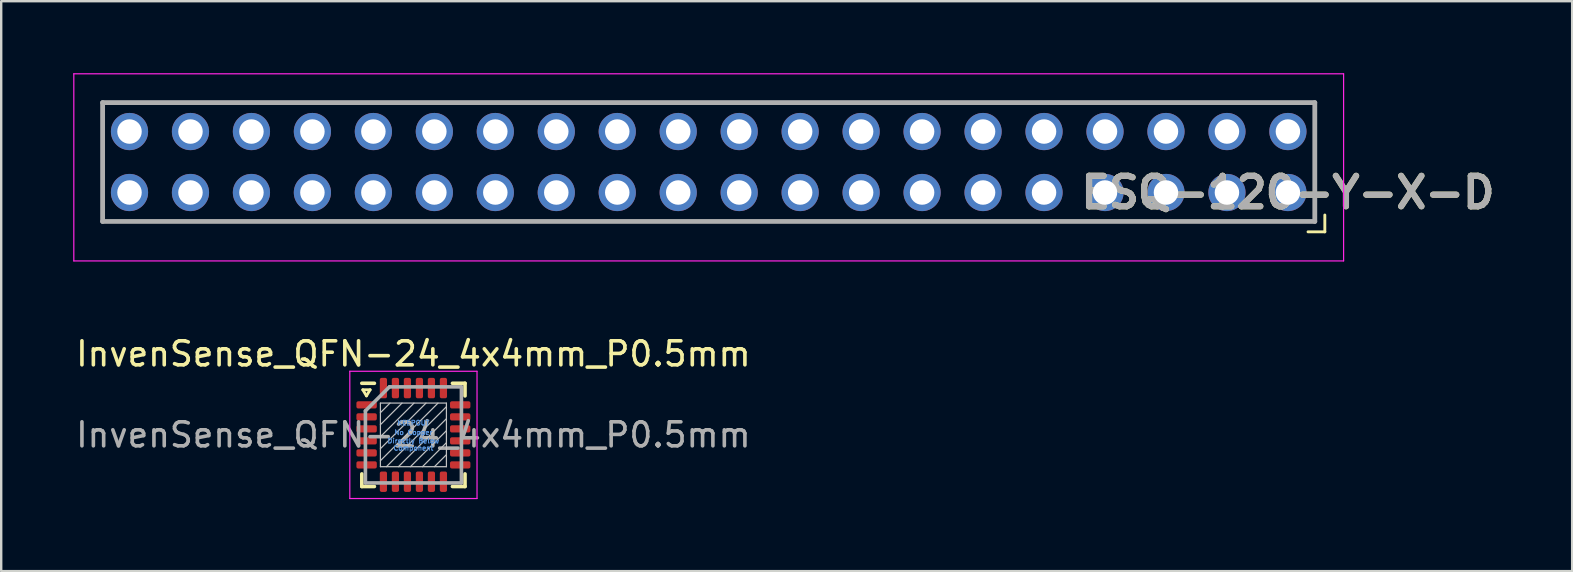
<source format=kicad_pcb>
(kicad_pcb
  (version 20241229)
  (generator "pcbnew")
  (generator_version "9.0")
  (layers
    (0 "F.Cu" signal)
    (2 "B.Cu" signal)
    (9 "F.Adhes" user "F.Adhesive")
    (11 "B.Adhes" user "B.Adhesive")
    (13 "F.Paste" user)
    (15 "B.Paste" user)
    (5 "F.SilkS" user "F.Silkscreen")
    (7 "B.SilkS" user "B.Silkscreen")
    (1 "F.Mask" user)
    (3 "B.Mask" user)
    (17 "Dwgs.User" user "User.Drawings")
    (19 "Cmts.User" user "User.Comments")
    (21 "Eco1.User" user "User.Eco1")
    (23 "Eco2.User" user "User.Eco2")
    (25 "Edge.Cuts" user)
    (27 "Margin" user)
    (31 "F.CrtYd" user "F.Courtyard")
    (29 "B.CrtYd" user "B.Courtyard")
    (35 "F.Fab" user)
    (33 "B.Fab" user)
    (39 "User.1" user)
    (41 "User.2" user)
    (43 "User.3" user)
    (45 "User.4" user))
  (footprint "InvenSense_QFN-24_4x4mm_P0.5mm"
    (layer "F.Cu")
    (at 14.173 15.068)
    (property "Reference" "InvenSense_QFN-24_4x4mm_P0.5mm" (at 0 -3.375 0) (layer "F.SilkS") (effects (font (size 1 1) (thickness 0.15))))
    (attr smd)
    (fp_line (start -2.15 -2.15) (end -1.625 -2.15) (stroke (width 0.15) (type solid)) (layer "F.SilkS"))
    (fp_line (start -2.15 2.15) (end -2.15 1.625) (stroke (width 0.15) (type solid)) (layer "F.SilkS"))
    (fp_line (start -2.15 2.15) (end -1.625 2.15) (stroke (width 0.15) (type solid)) (layer "F.SilkS"))
    (fp_line (start -2.108 -1.88) (end -1.956 -1.626) (stroke (width 0.12) (type solid)) (layer "F.SilkS"))
    (fp_line (start -1.956 -1.626) (end -1.803 -1.88) (stroke (width 0.12) (type solid)) (layer "F.SilkS"))
    (fp_line (start -1.803 -1.88) (end -2.108 -1.88) (stroke (width 0.12) (type solid)) (layer "F.SilkS"))
    (fp_line (start 2.15 -2.15) (end 1.625 -2.15) (stroke (width 0.15) (type solid)) (layer "F.SilkS"))
    (fp_line (start 2.15 -2.15) (end 2.15 -1.625) (stroke (width 0.15) (type solid)) (layer "F.SilkS"))
    (fp_line (start 2.15 2.15) (end 1.625 2.15) (stroke (width 0.15) (type solid)) (layer "F.SilkS"))
    (fp_line (start 2.15 2.15) (end 2.15 1.625) (stroke (width 0.15) (type solid)) (layer "F.SilkS"))
    (fp_line (start -1.375 1.325) (end -1.375 -1.325) (stroke (width 0.05) (type solid)) (layer "Dwgs.User"))
    (fp_line (start -0.975 -1.325) (end -1.375 -0.925) (stroke (width 0.05) (type solid)) (layer "Dwgs.User"))
    (fp_line (start -0.475 -1.325) (end -1.375 -0.425) (stroke (width 0.05) (type solid)) (layer "Dwgs.User"))
    (fp_line (start 0.025 -1.325) (end -1.375 0.075) (stroke (width 0.05) (type solid)) (layer "Dwgs.User"))
    (fp_line (start 0.525 -1.325) (end -1.375 0.575) (stroke (width 0.05) (type solid)) (layer "Dwgs.User"))
    (fp_line (start 1.025 -1.325) (end -1.375 1.075) (stroke (width 0.05) (type solid)) (layer "Dwgs.User"))
    (fp_line (start 1.375 -1.325) (end -1.375 -1.325) (stroke (width 0.05) (type solid)) (layer "Dwgs.User"))
    (fp_line (start 1.375 -1.175) (end -1.125 1.325) (stroke (width 0.05) (type solid)) (layer "Dwgs.User"))
    (fp_line (start 1.375 -0.675) (end -0.625 1.325) (stroke (width 0.05) (type solid)) (layer "Dwgs.User"))
    (fp_line (start 1.375 -0.175) (end -0.125 1.325) (stroke (width 0.05) (type solid)) (layer "Dwgs.User"))
    (fp_line (start 1.375 0.325) (end 0.375 1.325) (stroke (width 0.05) (type solid)) (layer "Dwgs.User"))
    (fp_line (start 1.375 0.825) (end 0.875 1.325) (stroke (width 0.05) (type solid)) (layer "Dwgs.User"))
    (fp_line (start 1.375 1.325) (end -1.375 1.325) (stroke (width 0.05) (type solid)) (layer "Dwgs.User"))
    (fp_line (start 1.375 1.325) (end 1.375 -1.325) (stroke (width 0.05) (type solid)) (layer "Dwgs.User"))
    (fp_line (start -2.65 -2.65) (end -2.65 2.65) (stroke (width 0.05) (type solid)) (layer "F.CrtYd"))
    (fp_line (start -2.65 -2.65) (end 2.65 -2.65) (stroke (width 0.05) (type solid)) (layer "F.CrtYd"))
    (fp_line (start -2.65 2.65) (end 2.65 2.65) (stroke (width 0.05) (type solid)) (layer "F.CrtYd"))
    (fp_line (start 2.65 -2.65) (end 2.65 2.65) (stroke (width 0.05) (type solid)) (layer "F.CrtYd"))
    (fp_line (start -2 -1) (end -1 -2) (stroke (width 0.15) (type solid)) (layer "F.Fab"))
    (fp_line (start -2 2) (end -2 -1) (stroke (width 0.15) (type solid)) (layer "F.Fab"))
    (fp_line (start -1 -2) (end 2 -2) (stroke (width 0.15) (type solid)) (layer "F.Fab"))
    (fp_line (start 2 -2) (end 2 2) (stroke (width 0.15) (type solid)) (layer "F.Fab"))
    (fp_line (start 2 2) (end -2 2) (stroke (width 0.15) (type solid)) (layer "F.Fab"))
    (fp_text user "KEEPOUT" (at 0 -0.5 0) (layer "Cmts.User") (effects (font (size 0.2 0.2) (thickness 0.04))))
    (fp_text user "No Copper" (at 0 -0.1 0) (layer "Cmts.User") (effects (font (size 0.2 0.2) (thickness 0.04))))
    (fp_text user "Component" (at 0 0.55 0) (layer "Cmts.User") (effects (font (size 0.2 0.2) (thickness 0.04))))
    (fp_text user "Directly Below" (at 0 0.25 0) (layer "Cmts.User") (effects (font (size 0.2 0.2) (thickness 0.04))))
    (fp_text user "${REFERENCE}" (at 0 0 0) (layer "F.Fab") (effects (font (size 1 1) (thickness 0.15))))
    (pad "1" smd roundrect (at -1.95 -1.25) (size 0.85 0.3) (layers "F.Cu" "F.Mask" "F.Paste") (roundrect_rratio 0.25))
    (pad "2" smd roundrect (at -1.95 -0.75) (size 0.85 0.3) (layers "F.Cu" "F.Mask" "F.Paste") (roundrect_rratio 0.25))
    (pad "3" smd roundrect (at -1.95 -0.25) (size 0.85 0.3) (layers "F.Cu" "F.Mask" "F.Paste") (roundrect_rratio 0.25))
    (pad "4" smd roundrect (at -1.95 0.25) (size 0.85 0.3) (layers "F.Cu" "F.Mask" "F.Paste") (roundrect_rratio 0.25))
    (pad "5" smd roundrect (at -1.95 0.75) (size 0.85 0.3) (layers "F.Cu" "F.Mask" "F.Paste") (roundrect_rratio 0.25))
    (pad "6" smd roundrect (at -1.95 1.25) (size 0.85 0.3) (layers "F.Cu" "F.Mask" "F.Paste") (roundrect_rratio 0.25))
    (pad "7" smd roundrect (at -1.25 1.95 90) (size 0.85 0.3) (layers "F.Cu" "F.Mask" "F.Paste") (roundrect_rratio 0.25))
    (pad "8" smd roundrect (at -0.75 1.95 90) (size 0.85 0.3) (layers "F.Cu" "F.Mask" "F.Paste") (roundrect_rratio 0.25))
    (pad "9" smd roundrect (at -0.25 1.95 90) (size 0.85 0.3) (layers "F.Cu" "F.Mask" "F.Paste") (roundrect_rratio 0.25))
    (pad "10" smd roundrect (at 0.25 1.95 90) (size 0.85 0.3) (layers "F.Cu" "F.Mask" "F.Paste") (roundrect_rratio 0.25))
    (pad "11" smd roundrect (at 0.75 1.95 90) (size 0.85 0.3) (layers "F.Cu" "F.Mask" "F.Paste") (roundrect_rratio 0.25))
    (pad "12" smd roundrect (at 1.25 1.95 90) (size 0.85 0.3) (layers "F.Cu" "F.Mask" "F.Paste") (roundrect_rratio 0.25))
    (pad "13" smd roundrect (at 1.95 1.25) (size 0.85 0.3) (layers "F.Cu" "F.Mask" "F.Paste") (roundrect_rratio 0.25))
    (pad "14" smd roundrect (at 1.95 0.75) (size 0.85 0.3) (layers "F.Cu" "F.Mask" "F.Paste") (roundrect_rratio 0.25))
    (pad "15" smd roundrect (at 1.95 0.25) (size 0.85 0.3) (layers "F.Cu" "F.Mask" "F.Paste") (roundrect_rratio 0.25))
    (pad "16" smd roundrect (at 1.95 -0.25) (size 0.85 0.3) (layers "F.Cu" "F.Mask" "F.Paste") (roundrect_rratio 0.25))
    (pad "17" smd roundrect (at 1.95 -0.75) (size 0.85 0.3) (layers "F.Cu" "F.Mask" "F.Paste") (roundrect_rratio 0.25))
    (pad "18" smd roundrect (at 1.95 -1.25) (size 0.85 0.3) (layers "F.Cu" "F.Mask" "F.Paste") (roundrect_rratio 0.25))
    (pad "19" smd roundrect (at 1.25 -1.95 90) (size 0.85 0.3) (layers "F.Cu" "F.Mask" "F.Paste") (roundrect_rratio 0.25))
    (pad "20" smd roundrect (at 0.75 -1.95 90) (size 0.85 0.3) (layers "F.Cu" "F.Mask" "F.Paste") (roundrect_rratio 0.25))
    (pad "21" smd roundrect (at 0.25 -1.95 90) (size 0.85 0.3) (layers "F.Cu" "F.Mask" "F.Paste") (roundrect_rratio 0.25))
    (pad "22" smd roundrect (at -0.25 -1.95 90) (size 0.85 0.3) (layers "F.Cu" "F.Mask" "F.Paste") (roundrect_rratio 0.25))
    (pad "23" smd roundrect (at -0.75 -1.95 90) (size 0.85 0.3) (layers "F.Cu" "F.Mask" "F.Paste") (roundrect_rratio 0.25))
    (pad "24" smd roundrect (at -1.25 -1.95 90) (size 0.85 0.3) (layers "F.Cu" "F.Mask" "F.Paste") (roundrect_rratio 0.25)))
  (footprint "ESQ-120-Y-X-D"
    (layer "F.Cu")
    (at 50.605 4.97)
    (property "Reference" "ESQ-120-Y-X-D" (at 0 0 0) (layer "F.SilkS") (effects (font (size 1.27 1.27) (thickness 0.254))))
    (attr through_hole)
    (fp_line (start -49.38 -3.745) (end 1.12 -3.745) (stroke (width 0.1) (type solid)) (layer "F.SilkS"))
    (fp_line (start -49.38 1.205) (end -49.38 -3.745) (stroke (width 0.1) (type solid)) (layer "F.SilkS"))
    (fp_line (start 0.838 1.638) (end 1.538 1.638) (stroke (width 0.12) (type solid)) (layer "F.SilkS"))
    (fp_line (start 1.12 -3.745) (end 1.12 1.205) (stroke (width 0.1) (type solid)) (layer "F.SilkS"))
    (fp_line (start 1.12 1.205) (end -49.38 1.205) (stroke (width 0.1) (type solid)) (layer "F.SilkS"))
    (fp_line (start 1.538 1.638) (end 1.538 0.938) (stroke (width 0.12) (type solid)) (layer "F.SilkS"))
    (fp_line (start -50.58 -4.945) (end 2.32 -4.945) (stroke (width 0.05) (type solid)) (layer "F.CrtYd"))
    (fp_line (start -50.58 2.85) (end -50.58 -4.945) (stroke (width 0.05) (type solid)) (layer "F.CrtYd"))
    (fp_line (start 2.32 -4.945) (end 2.32 2.85) (stroke (width 0.05) (type solid)) (layer "F.CrtYd"))
    (fp_line (start 2.32 2.85) (end -50.58 2.85) (stroke (width 0.05) (type solid)) (layer "F.CrtYd"))
    (fp_line (start -49.38 -3.745) (end 1.12 -3.745) (stroke (width 0.2) (type solid)) (layer "F.Fab"))
    (fp_line (start -49.38 1.205) (end -49.38 -3.745) (stroke (width 0.2) (type solid)) (layer "F.Fab"))
    (fp_line (start 1.12 -3.745) (end 1.12 1.205) (stroke (width 0.2) (type solid)) (layer "F.Fab"))
    (fp_line (start 1.12 1.205) (end -49.38 1.205) (stroke (width 0.2) (type solid)) (layer "F.Fab"))
    (fp_text user "${REFERENCE}" (at 0 0 0) (layer "F.Fab") (effects (font (size 1.27 1.27) (thickness 0.254))))
    (pad "1" thru_hole circle (at 0 0) (size 1.55 1.55) (drill 1.02) (layers "*.Cu" "*.Mask"))
    (pad "2" thru_hole circle (at 0 -2.54) (size 1.55 1.55) (drill 1.02) (layers "*.Cu" "*.Mask"))
    (pad "3" thru_hole circle (at -2.54 0) (size 1.55 1.55) (drill 1.02) (layers "*.Cu" "*.Mask"))
    (pad "4" thru_hole circle (at -2.54 -2.54) (size 1.55 1.55) (drill 1.02) (layers "*.Cu" "*.Mask"))
    (pad "5" thru_hole circle (at -5.08 0) (size 1.55 1.55) (drill 1.02) (layers "*.Cu" "*.Mask"))
    (pad "6" thru_hole circle (at -5.08 -2.54) (size 1.55 1.55) (drill 1.02) (layers "*.Cu" "*.Mask"))
    (pad "7" thru_hole circle (at -7.62 0) (size 1.55 1.55) (drill 1.02) (layers "*.Cu" "*.Mask"))
    (pad "8" thru_hole circle (at -7.62 -2.54) (size 1.55 1.55) (drill 1.02) (layers "*.Cu" "*.Mask"))
    (pad "9" thru_hole circle (at -10.16 0) (size 1.55 1.55) (drill 1.02) (layers "*.Cu" "*.Mask"))
    (pad "10" thru_hole circle (at -10.16 -2.54) (size 1.55 1.55) (drill 1.02) (layers "*.Cu" "*.Mask"))
    (pad "11" thru_hole circle (at -12.7 0) (size 1.55 1.55) (drill 1.02) (layers "*.Cu" "*.Mask"))
    (pad "12" thru_hole circle (at -12.7 -2.54) (size 1.55 1.55) (drill 1.02) (layers "*.Cu" "*.Mask"))
    (pad "13" thru_hole circle (at -15.24 0) (size 1.55 1.55) (drill 1.02) (layers "*.Cu" "*.Mask"))
    (pad "14" thru_hole circle (at -15.24 -2.54) (size 1.55 1.55) (drill 1.02) (layers "*.Cu" "*.Mask"))
    (pad "15" thru_hole circle (at -17.78 0) (size 1.55 1.55) (drill 1.02) (layers "*.Cu" "*.Mask"))
    (pad "16" thru_hole circle (at -17.78 -2.54) (size 1.55 1.55) (drill 1.02) (layers "*.Cu" "*.Mask"))
    (pad "17" thru_hole circle (at -20.32 0) (size 1.55 1.55) (drill 1.02) (layers "*.Cu" "*.Mask"))
    (pad "18" thru_hole circle (at -20.32 -2.54) (size 1.55 1.55) (drill 1.02) (layers "*.Cu" "*.Mask"))
    (pad "19" thru_hole circle (at -22.86 0) (size 1.55 1.55) (drill 1.02) (layers "*.Cu" "*.Mask"))
    (pad "20" thru_hole circle (at -22.86 -2.54) (size 1.55 1.55) (drill 1.02) (layers "*.Cu" "*.Mask"))
    (pad "21" thru_hole circle (at -25.4 0) (size 1.55 1.55) (drill 1.02) (layers "*.Cu" "*.Mask"))
    (pad "22" thru_hole circle (at -25.4 -2.54) (size 1.55 1.55) (drill 1.02) (layers "*.Cu" "*.Mask"))
    (pad "23" thru_hole circle (at -27.94 0) (size 1.55 1.55) (drill 1.02) (layers "*.Cu" "*.Mask"))
    (pad "24" thru_hole circle (at -27.94 -2.54) (size 1.55 1.55) (drill 1.02) (layers "*.Cu" "*.Mask"))
    (pad "25" thru_hole circle (at -30.48 0) (size 1.55 1.55) (drill 1.02) (layers "*.Cu" "*.Mask"))
    (pad "26" thru_hole circle (at -30.48 -2.54) (size 1.55 1.55) (drill 1.02) (layers "*.Cu" "*.Mask"))
    (pad "27" thru_hole circle (at -33.02 0) (size 1.55 1.55) (drill 1.02) (layers "*.Cu" "*.Mask"))
    (pad "28" thru_hole circle (at -33.02 -2.54) (size 1.55 1.55) (drill 1.02) (layers "*.Cu" "*.Mask"))
    (pad "29" thru_hole circle (at -35.56 0) (size 1.55 1.55) (drill 1.02) (layers "*.Cu" "*.Mask"))
    (pad "30" thru_hole circle (at -35.56 -2.54) (size 1.55 1.55) (drill 1.02) (layers "*.Cu" "*.Mask"))
    (pad "31" thru_hole circle (at -38.1 0) (size 1.55 1.55) (drill 1.02) (layers "*.Cu" "*.Mask"))
    (pad "32" thru_hole circle (at -38.1 -2.54) (size 1.55 1.55) (drill 1.02) (layers "*.Cu" "*.Mask"))
    (pad "33" thru_hole circle (at -40.64 0) (size 1.55 1.55) (drill 1.02) (layers "*.Cu" "*.Mask"))
    (pad "34" thru_hole circle (at -40.64 -2.54) (size 1.55 1.55) (drill 1.02) (layers "*.Cu" "*.Mask"))
    (pad "35" thru_hole circle (at -43.18 0) (size 1.55 1.55) (drill 1.02) (layers "*.Cu" "*.Mask"))
    (pad "36" thru_hole circle (at -43.18 -2.54) (size 1.55 1.55) (drill 1.02) (layers "*.Cu" "*.Mask"))
    (pad "37" thru_hole circle (at -45.72 0) (size 1.55 1.55) (drill 1.02) (layers "*.Cu" "*.Mask"))
    (pad "38" thru_hole circle (at -45.72 -2.54) (size 1.55 1.55) (drill 1.02) (layers "*.Cu" "*.Mask"))
    (pad "39" thru_hole circle (at -48.26 0) (size 1.55 1.55) (drill 1.02) (layers "*.Cu" "*.Mask"))
    (pad "40" thru_hole circle (at -48.26 -2.54) (size 1.55 1.55) (drill 1.02) (layers "*.Cu" "*.Mask")))
  (gr_rect
    (start -3 -3)
    (end 62.447 20.743)
    (stroke (width 0.1) (type default))
    (fill no)
    (layer "Edge.Cuts")))
</source>
